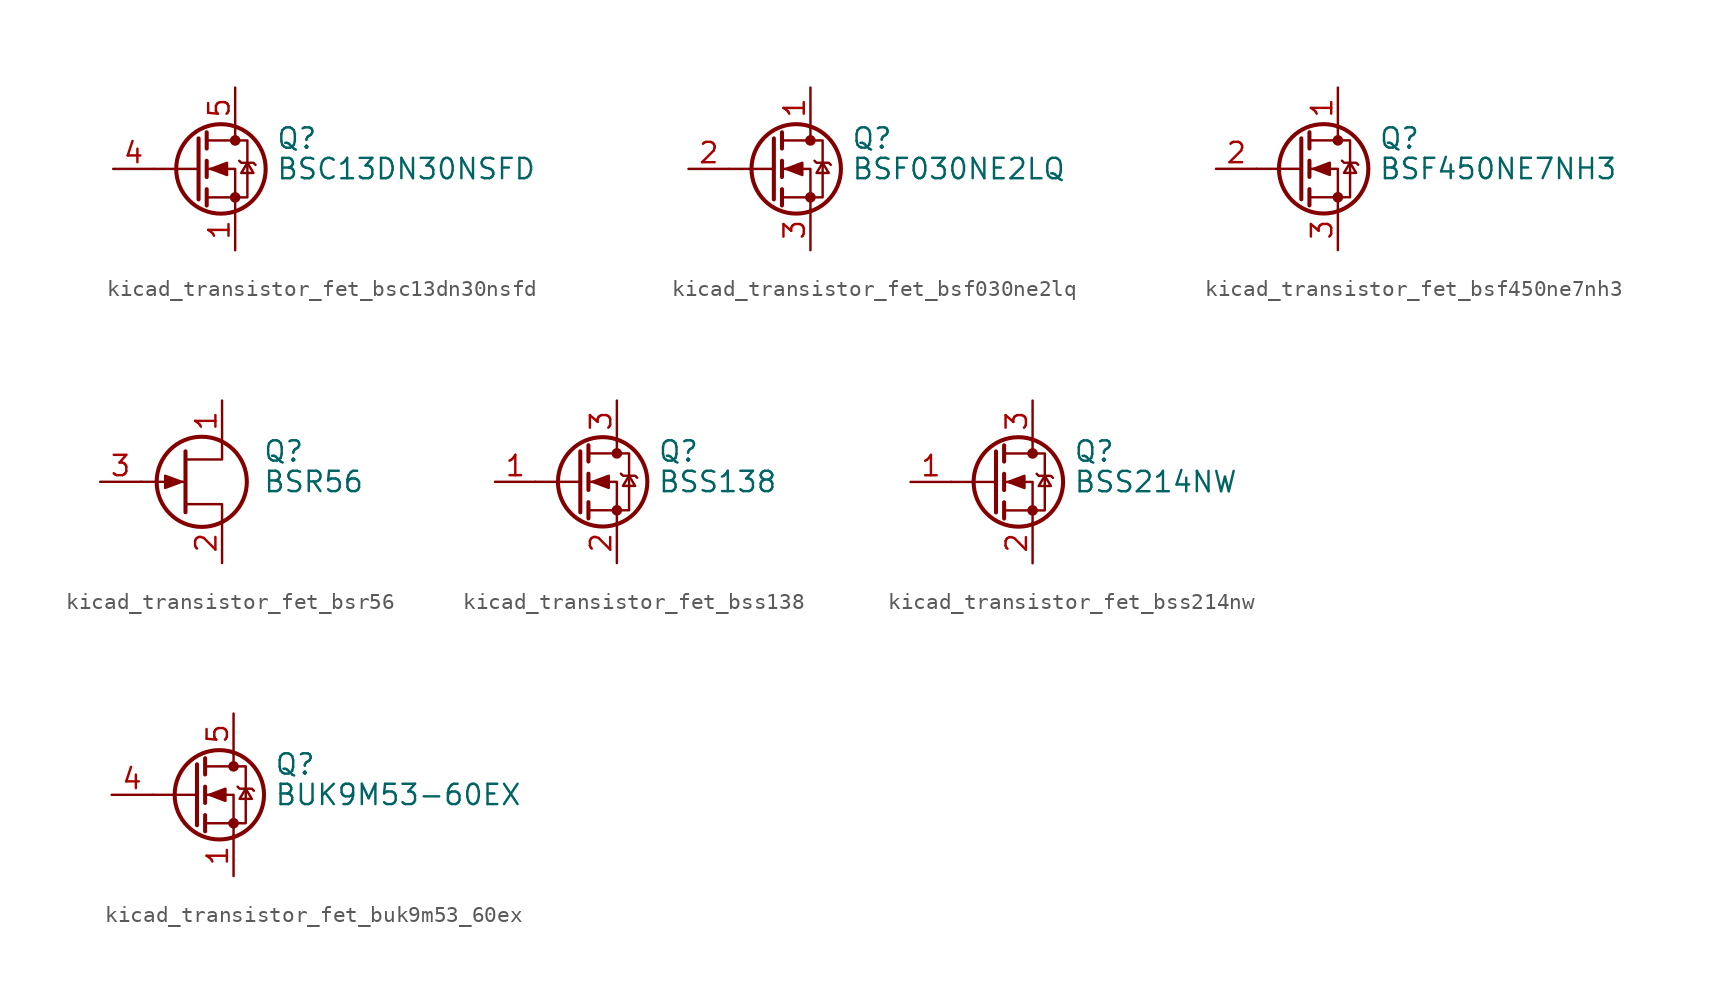
<source format=kicad_sym>
(kicad_symbol_lib
  (version 20220914)
  (generator kicad_symbol_editor)
  (symbol "kicad_transistor_fet_bsc13dn30nsfd"
    (pin_names hide)
    (property "Reference" "Q"
      (at 5.08 1.905 0)
      (effects (font (size 1.27 1.27)) (justify left)))
    (property "Value" "BSC13DN30NSFD"
      (at 5.08 0 0)
      (effects (font (size 1.27 1.27)) (justify left)))
    (symbol "kicad_transistor_fet_bsc13dn30nsfd_0_1"
      (polyline (pts (xy 0.254 0) (xy -2.54 0)) (stroke (width 0) (type default)) (fill (type none)))
      (polyline (pts (xy 0.254 1.905) (xy 0.254 -1.905)) (stroke (width 0.254) (type default)) (fill (type none)))
      (polyline (pts (xy 0.762 -1.27) (xy 0.762 -2.286)) (stroke (width 0.254) (type default)) (fill (type none)))
      (polyline (pts (xy 0.762 0.508) (xy 0.762 -0.508)) (stroke (width 0.254) (type default)) (fill (type none)))
      (polyline (pts (xy 0.762 2.286) (xy 0.762 1.27)) (stroke (width 0.254) (type default)) (fill (type none)))
      (polyline (pts (xy 2.54 2.54) (xy 2.54 1.778)) (stroke (width 0) (type default)) (fill (type none)))
      (polyline (pts (xy 2.54 -2.54) (xy 2.54 0) (xy 0.762 0)) (stroke (width 0) (type default)) (fill (type none)))
      (polyline (pts (xy 0.762 -1.778) (xy 3.302 -1.778) (xy 3.302 1.778) (xy 0.762 1.778)) (stroke (width 0) (type default)) (fill (type none)))
      (polyline (pts (xy 1.016 0) (xy 2.032 0.381) (xy 2.032 -0.381) (xy 1.016 0)) (stroke (width 0) (type default)) (fill (type outline)))
      (polyline (pts (xy 2.794 0.508) (xy 2.921 0.381) (xy 3.683 0.381) (xy 3.81 0.254)) (stroke (width 0) (type default)) (fill (type none)))
      (polyline (pts (xy 3.302 0.381) (xy 2.921 -0.254) (xy 3.683 -0.254) (xy 3.302 0.381)) (stroke (width 0) (type default)) (fill (type none)))
      (circle (center 1.651 0) (radius 2.794) (stroke (width 0.254) (type default)) (fill (type none)))
      (circle (center 2.54 -1.778) (radius 0.254) (stroke (width 0) (type default)) (fill (type outline)))
      (circle (center 2.54 1.778) (radius 0.254) (stroke (width 0) (type default)) (fill (type outline))))
    (symbol "kicad_transistor_fet_bsc13dn30nsfd_1_1"
      (pin passive line (at 2.54 -5.08 90) (length 2.54) (name "S" (effects (font (size 1.27 1.27)))) (number "1" (effects (font (size 1.27 1.27)))))
      (pin passive line (at 2.54 -5.08 90) (length 2.54) hide (name "S" (effects (font (size 1.27 1.27)))) (number "2" (effects (font (size 1.27 1.27)))))
      (pin passive line (at 2.54 -5.08 90) (length 2.54) hide (name "S" (effects (font (size 1.27 1.27)))) (number "3" (effects (font (size 1.27 1.27)))))
      (pin passive line (at -5.08 0 0) (length 2.54) (name "G" (effects (font (size 1.27 1.27)))) (number "4" (effects (font (size 1.27 1.27)))))
      (pin passive line (at 2.54 5.08 270) (length 2.54) (name "D" (effects (font (size 1.27 1.27)))) (number "5" (effects (font (size 1.27 1.27)))))))
  (symbol "kicad_transistor_fet_bsf030ne2lq"
    (pin_names hide)
    (property "Reference" "Q"
      (at 5.08 1.905 0)
      (effects (font (size 1.27 1.27)) (justify left)))
    (property "Value" "BSF030NE2LQ"
      (at 5.08 0 0)
      (effects (font (size 1.27 1.27)) (justify left)))
    (symbol "kicad_transistor_fet_bsf030ne2lq_0_1"
      (polyline (pts (xy 0.254 0) (xy -2.54 0)) (stroke (width 0) (type default)) (fill (type none)))
      (polyline (pts (xy 0.254 1.905) (xy 0.254 -1.905)) (stroke (width 0.254) (type default)) (fill (type none)))
      (polyline (pts (xy 0.762 -1.27) (xy 0.762 -2.286)) (stroke (width 0.254) (type default)) (fill (type none)))
      (polyline (pts (xy 0.762 0.508) (xy 0.762 -0.508)) (stroke (width 0.254) (type default)) (fill (type none)))
      (polyline (pts (xy 0.762 2.286) (xy 0.762 1.27)) (stroke (width 0.254) (type default)) (fill (type none)))
      (polyline (pts (xy 2.54 2.54) (xy 2.54 1.778)) (stroke (width 0) (type default)) (fill (type none)))
      (polyline (pts (xy 2.54 -2.54) (xy 2.54 0) (xy 0.762 0)) (stroke (width 0) (type default)) (fill (type none)))
      (polyline (pts (xy 0.762 -1.778) (xy 3.302 -1.778) (xy 3.302 1.778) (xy 0.762 1.778)) (stroke (width 0) (type default)) (fill (type none)))
      (polyline (pts (xy 1.016 0) (xy 2.032 0.381) (xy 2.032 -0.381) (xy 1.016 0)) (stroke (width 0) (type default)) (fill (type outline)))
      (polyline (pts (xy 2.794 0.508) (xy 2.921 0.381) (xy 3.683 0.381) (xy 3.81 0.254)) (stroke (width 0) (type default)) (fill (type none)))
      (polyline (pts (xy 3.302 0.381) (xy 2.921 -0.254) (xy 3.683 -0.254) (xy 3.302 0.381)) (stroke (width 0) (type default)) (fill (type none)))
      (circle (center 1.651 0) (radius 2.794) (stroke (width 0.254) (type default)) (fill (type none)))
      (circle (center 2.54 -1.778) (radius 0.254) (stroke (width 0) (type default)) (fill (type outline)))
      (circle (center 2.54 1.778) (radius 0.254) (stroke (width 0) (type default)) (fill (type outline))))
    (symbol "kicad_transistor_fet_bsf030ne2lq_1_1"
      (pin passive line (at 2.54 5.08 270) (length 2.54) (name "D" (effects (font (size 1.27 1.27)))) (number "1" (effects (font (size 1.27 1.27)))))
      (pin input line (at -5.08 0 0) (length 2.54) (name "G" (effects (font (size 1.27 1.27)))) (number "2" (effects (font (size 1.27 1.27)))))
      (pin passive line (at 2.54 -5.08 90) (length 2.54) (name "S" (effects (font (size 1.27 1.27)))) (number "3" (effects (font (size 1.27 1.27)))))))
  (symbol "kicad_transistor_fet_bsf450ne7nh3"
    (pin_names hide)
    (property "Reference" "Q"
      (at 5.08 1.905 0)
      (effects (font (size 1.27 1.27)) (justify left)))
    (property "Value" "BSF450NE7NH3"
      (at 5.08 0 0)
      (effects (font (size 1.27 1.27)) (justify left)))
    (symbol "kicad_transistor_fet_bsf450ne7nh3_0_1"
      (polyline (pts (xy 0.254 0) (xy -2.54 0)) (stroke (width 0) (type default)) (fill (type none)))
      (polyline (pts (xy 0.254 1.905) (xy 0.254 -1.905)) (stroke (width 0.254) (type default)) (fill (type none)))
      (polyline (pts (xy 0.762 -1.27) (xy 0.762 -2.286)) (stroke (width 0.254) (type default)) (fill (type none)))
      (polyline (pts (xy 0.762 0.508) (xy 0.762 -0.508)) (stroke (width 0.254) (type default)) (fill (type none)))
      (polyline (pts (xy 0.762 2.286) (xy 0.762 1.27)) (stroke (width 0.254) (type default)) (fill (type none)))
      (polyline (pts (xy 2.54 2.54) (xy 2.54 1.778)) (stroke (width 0) (type default)) (fill (type none)))
      (polyline (pts (xy 2.54 -2.54) (xy 2.54 0) (xy 0.762 0)) (stroke (width 0) (type default)) (fill (type none)))
      (polyline (pts (xy 0.762 -1.778) (xy 3.302 -1.778) (xy 3.302 1.778) (xy 0.762 1.778)) (stroke (width 0) (type default)) (fill (type none)))
      (polyline (pts (xy 1.016 0) (xy 2.032 0.381) (xy 2.032 -0.381) (xy 1.016 0)) (stroke (width 0) (type default)) (fill (type outline)))
      (polyline (pts (xy 2.794 0.508) (xy 2.921 0.381) (xy 3.683 0.381) (xy 3.81 0.254)) (stroke (width 0) (type default)) (fill (type none)))
      (polyline (pts (xy 3.302 0.381) (xy 2.921 -0.254) (xy 3.683 -0.254) (xy 3.302 0.381)) (stroke (width 0) (type default)) (fill (type none)))
      (circle (center 1.651 0) (radius 2.794) (stroke (width 0.254) (type default)) (fill (type none)))
      (circle (center 2.54 -1.778) (radius 0.254) (stroke (width 0) (type default)) (fill (type outline)))
      (circle (center 2.54 1.778) (radius 0.254) (stroke (width 0) (type default)) (fill (type outline))))
    (symbol "kicad_transistor_fet_bsf450ne7nh3_1_1"
      (pin passive line (at 2.54 5.08 270) (length 2.54) (name "D" (effects (font (size 1.27 1.27)))) (number "1" (effects (font (size 1.27 1.27)))))
      (pin input line (at -5.08 0 0) (length 2.54) (name "G" (effects (font (size 1.27 1.27)))) (number "2" (effects (font (size 1.27 1.27)))))
      (pin passive line (at 2.54 -5.08 90) (length 2.54) (name "S" (effects (font (size 1.27 1.27)))) (number "3" (effects (font (size 1.27 1.27)))))))
  (symbol "kicad_transistor_fet_bsr56"
    (pin_names hide)
    (property "Reference" "Q"
      (at 5.08 1.905 0)
      (effects (font (size 1.27 1.27)) (justify left)))
    (property "Value" "BSR56"
      (at 5.08 0 0)
      (effects (font (size 1.27 1.27)) (justify left)))
    (symbol "kicad_transistor_fet_bsr56_0_1"
      (polyline (pts (xy 0.254 0) (xy -2.54 0)) (stroke (width 0) (type default)) (fill (type none)))
      (polyline (pts (xy 0.254 1.905) (xy 0.254 -1.905)) (stroke (width 0.254) (type default)) (fill (type none)))
      (polyline (pts (xy 2.54 -2.54) (xy 2.54 -1.397) (xy 0.254 -1.397)) (stroke (width 0) (type default)) (fill (type none)))
      (polyline (pts (xy 2.54 2.54) (xy 2.54 1.397) (xy 0.254 1.397)) (stroke (width 0) (type default)) (fill (type none)))
      (polyline (pts (xy 0 0) (xy -1.016 0.381) (xy -1.016 -0.381) (xy 0 0)) (stroke (width 0) (type default)) (fill (type outline)))
      (circle (center 1.27 0) (radius 2.819) (stroke (width 0.254) (type default)) (fill (type none))))
    (symbol "kicad_transistor_fet_bsr56_1_1"
      (pin passive line (at 2.54 5.08 270) (length 2.54) (name "D" (effects (font (size 1.27 1.27)))) (number "1" (effects (font (size 1.27 1.27)))))
      (pin passive line (at 2.54 -5.08 90) (length 2.54) (name "S" (effects (font (size 1.27 1.27)))) (number "2" (effects (font (size 1.27 1.27)))))
      (pin input line (at -5.08 0 0) (length 2.54) (name "G" (effects (font (size 1.27 1.27)))) (number "3" (effects (font (size 1.27 1.27)))))))
  (symbol "kicad_transistor_fet_bss138"
    (pin_names hide)
    (property "Reference" "Q"
      (at 5.08 1.905 0)
      (effects (font (size 1.27 1.27)) (justify left)))
    (property "Value" "BSS138"
      (at 5.08 0 0)
      (effects (font (size 1.27 1.27)) (justify left)))
    (symbol "kicad_transistor_fet_bss138_0_1"
      (polyline (pts (xy 0.254 0) (xy -2.54 0)) (stroke (width 0) (type default)) (fill (type none)))
      (polyline (pts (xy 0.254 1.905) (xy 0.254 -1.905)) (stroke (width 0.254) (type default)) (fill (type none)))
      (polyline (pts (xy 0.762 -1.27) (xy 0.762 -2.286)) (stroke (width 0.254) (type default)) (fill (type none)))
      (polyline (pts (xy 0.762 0.508) (xy 0.762 -0.508)) (stroke (width 0.254) (type default)) (fill (type none)))
      (polyline (pts (xy 0.762 2.286) (xy 0.762 1.27)) (stroke (width 0.254) (type default)) (fill (type none)))
      (polyline (pts (xy 2.54 2.54) (xy 2.54 1.778)) (stroke (width 0) (type default)) (fill (type none)))
      (polyline (pts (xy 2.54 -2.54) (xy 2.54 0) (xy 0.762 0)) (stroke (width 0) (type default)) (fill (type none)))
      (polyline (pts (xy 0.762 -1.778) (xy 3.302 -1.778) (xy 3.302 1.778) (xy 0.762 1.778)) (stroke (width 0) (type default)) (fill (type none)))
      (polyline (pts (xy 1.016 0) (xy 2.032 0.381) (xy 2.032 -0.381) (xy 1.016 0)) (stroke (width 0) (type default)) (fill (type outline)))
      (polyline (pts (xy 2.794 0.508) (xy 2.921 0.381) (xy 3.683 0.381) (xy 3.81 0.254)) (stroke (width 0) (type default)) (fill (type none)))
      (polyline (pts (xy 3.302 0.381) (xy 2.921 -0.254) (xy 3.683 -0.254) (xy 3.302 0.381)) (stroke (width 0) (type default)) (fill (type none)))
      (circle (center 1.651 0) (radius 2.794) (stroke (width 0.254) (type default)) (fill (type none)))
      (circle (center 2.54 -1.778) (radius 0.254) (stroke (width 0) (type default)) (fill (type outline)))
      (circle (center 2.54 1.778) (radius 0.254) (stroke (width 0) (type default)) (fill (type outline))))
    (symbol "kicad_transistor_fet_bss138_1_1"
      (pin input line (at -5.08 0 0) (length 2.54) (name "G" (effects (font (size 1.27 1.27)))) (number "1" (effects (font (size 1.27 1.27)))))
      (pin passive line (at 2.54 -5.08 90) (length 2.54) (name "S" (effects (font (size 1.27 1.27)))) (number "2" (effects (font (size 1.27 1.27)))))
      (pin passive line (at 2.54 5.08 270) (length 2.54) (name "D" (effects (font (size 1.27 1.27)))) (number "3" (effects (font (size 1.27 1.27)))))))
  (symbol "kicad_transistor_fet_bss214nw"
    (pin_names hide)
    (property "Reference" "Q"
      (at 5.08 1.905 0)
      (effects (font (size 1.27 1.27)) (justify left)))
    (property "Value" "BSS214NW"
      (at 5.08 0 0)
      (effects (font (size 1.27 1.27)) (justify left)))
    (symbol "kicad_transistor_fet_bss214nw_0_1"
      (polyline (pts (xy 0.254 0) (xy -2.54 0)) (stroke (width 0) (type default)) (fill (type none)))
      (polyline (pts (xy 0.254 1.905) (xy 0.254 -1.905)) (stroke (width 0.254) (type default)) (fill (type none)))
      (polyline (pts (xy 0.762 -1.27) (xy 0.762 -2.286)) (stroke (width 0.254) (type default)) (fill (type none)))
      (polyline (pts (xy 0.762 0.508) (xy 0.762 -0.508)) (stroke (width 0.254) (type default)) (fill (type none)))
      (polyline (pts (xy 0.762 2.286) (xy 0.762 1.27)) (stroke (width 0.254) (type default)) (fill (type none)))
      (polyline (pts (xy 2.54 2.54) (xy 2.54 1.778)) (stroke (width 0) (type default)) (fill (type none)))
      (polyline (pts (xy 2.54 -2.54) (xy 2.54 0) (xy 0.762 0)) (stroke (width 0) (type default)) (fill (type none)))
      (polyline (pts (xy 0.762 -1.778) (xy 3.302 -1.778) (xy 3.302 1.778) (xy 0.762 1.778)) (stroke (width 0) (type default)) (fill (type none)))
      (polyline (pts (xy 1.016 0) (xy 2.032 0.381) (xy 2.032 -0.381) (xy 1.016 0)) (stroke (width 0) (type default)) (fill (type outline)))
      (polyline (pts (xy 2.794 0.508) (xy 2.921 0.381) (xy 3.683 0.381) (xy 3.81 0.254)) (stroke (width 0) (type default)) (fill (type none)))
      (polyline (pts (xy 3.302 0.381) (xy 2.921 -0.254) (xy 3.683 -0.254) (xy 3.302 0.381)) (stroke (width 0) (type default)) (fill (type none)))
      (circle (center 1.651 0) (radius 2.794) (stroke (width 0.254) (type default)) (fill (type none)))
      (circle (center 2.54 -1.778) (radius 0.254) (stroke (width 0) (type default)) (fill (type outline)))
      (circle (center 2.54 1.778) (radius 0.254) (stroke (width 0) (type default)) (fill (type outline))))
    (symbol "kicad_transistor_fet_bss214nw_1_1"
      (pin input line (at -5.08 0 0) (length 2.54) (name "G" (effects (font (size 1.27 1.27)))) (number "1" (effects (font (size 1.27 1.27)))))
      (pin passive line (at 2.54 -5.08 90) (length 2.54) (name "S" (effects (font (size 1.27 1.27)))) (number "2" (effects (font (size 1.27 1.27)))))
      (pin passive line (at 2.54 5.08 270) (length 2.54) (name "D" (effects (font (size 1.27 1.27)))) (number "3" (effects (font (size 1.27 1.27)))))))
  (symbol "kicad_transistor_fet_buk9m53_60ex"
    (pin_names hide)
    (property "Reference" "Q"
      (at 5.08 1.905 0)
      (effects (font (size 1.27 1.27)) (justify left)))
    (property "Value" "BUK9M53-60EX"
      (at 5.08 0 0)
      (effects (font (size 1.27 1.27)) (justify left)))
    (symbol "kicad_transistor_fet_buk9m53_60ex_0_1"
      (polyline (pts (xy 0.254 0) (xy -2.54 0)) (stroke (width 0) (type default)) (fill (type none)))
      (polyline (pts (xy 0.254 1.905) (xy 0.254 -1.905)) (stroke (width 0.254) (type default)) (fill (type none)))
      (polyline (pts (xy 0.762 -1.27) (xy 0.762 -2.286)) (stroke (width 0.254) (type default)) (fill (type none)))
      (polyline (pts (xy 0.762 0.508) (xy 0.762 -0.508)) (stroke (width 0.254) (type default)) (fill (type none)))
      (polyline (pts (xy 0.762 2.286) (xy 0.762 1.27)) (stroke (width 0.254) (type default)) (fill (type none)))
      (polyline (pts (xy 2.54 2.54) (xy 2.54 1.778)) (stroke (width 0) (type default)) (fill (type none)))
      (polyline (pts (xy 2.54 -2.54) (xy 2.54 0) (xy 0.762 0)) (stroke (width 0) (type default)) (fill (type none)))
      (polyline (pts (xy 0.762 -1.778) (xy 3.302 -1.778) (xy 3.302 1.778) (xy 0.762 1.778)) (stroke (width 0) (type default)) (fill (type none)))
      (polyline (pts (xy 1.016 0) (xy 2.032 0.381) (xy 2.032 -0.381) (xy 1.016 0)) (stroke (width 0) (type default)) (fill (type outline)))
      (polyline (pts (xy 2.794 0.508) (xy 2.921 0.381) (xy 3.683 0.381) (xy 3.81 0.254)) (stroke (width 0) (type default)) (fill (type none)))
      (polyline (pts (xy 3.302 0.381) (xy 2.921 -0.254) (xy 3.683 -0.254) (xy 3.302 0.381)) (stroke (width 0) (type default)) (fill (type none)))
      (circle (center 1.651 0) (radius 2.794) (stroke (width 0.254) (type default)) (fill (type none)))
      (circle (center 2.54 -1.778) (radius 0.254) (stroke (width 0) (type default)) (fill (type outline)))
      (circle (center 2.54 1.778) (radius 0.254) (stroke (width 0) (type default)) (fill (type outline))))
    (symbol "kicad_transistor_fet_buk9m53_60ex_1_1"
      (pin passive line (at 2.54 -5.08 90) (length 2.54) (name "S" (effects (font (size 1.27 1.27)))) (number "1" (effects (font (size 1.27 1.27)))))
      (pin passive line (at 2.54 -5.08 90) (length 2.54) hide (name "S" (effects (font (size 1.27 1.27)))) (number "2" (effects (font (size 1.27 1.27)))))
      (pin passive line (at 2.54 -5.08 90) (length 2.54) hide (name "S" (effects (font (size 1.27 1.27)))) (number "3" (effects (font (size 1.27 1.27)))))
      (pin passive line (at -5.08 0 0) (length 2.54) (name "G" (effects (font (size 1.27 1.27)))) (number "4" (effects (font (size 1.27 1.27)))))
      (pin passive line (at 2.54 5.08 270) (length 2.54) (name "D" (effects (font (size 1.27 1.27)))) (number "5" (effects (font (size 1.27 1.27))))))))
</source>
